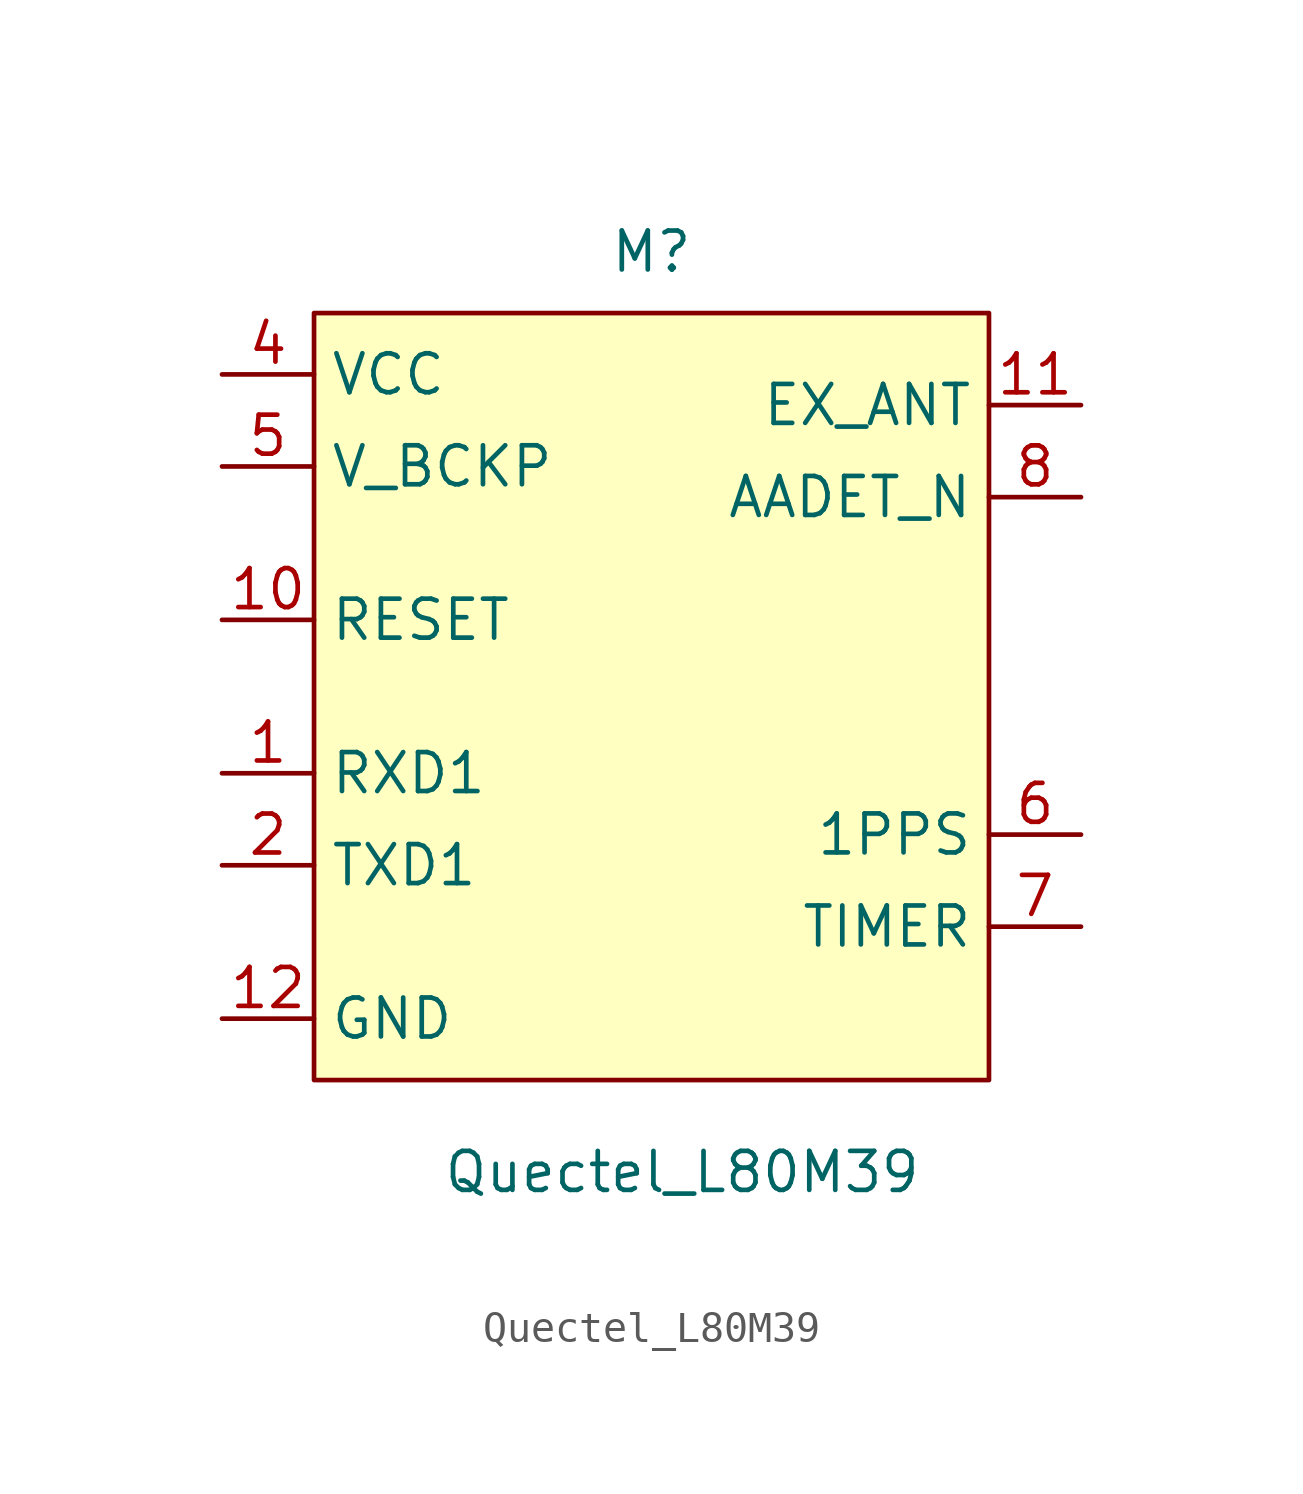
<source format=kicad_sym>
(kicad_symbol_lib
  (version 20211014)
  (generator kicad_symbol_editor)
  (symbol "Quectel_L80M39"
    (property "Reference" "M"
      (at 0 10 0)
      (effects (font (size 1.27 1.27))))
    (property "Value" "Quectel_L80M39"
      (at 1 -20 0)
      (effects (font (size 1.27 1.27))))
    (symbol "Quectel_L80M39_0_1"
      (rectangle (start -11 8) (end 11 -17) (stroke (width 0) (type default) (color 0 0 0 0)) (fill (type background))))
    (symbol "Quectel_L80M39_1_1"
      (pin passive line (at -14 -7 0) (length 3) (name "RXD1" (effects (font (size 1.27 1.27)))) (number "1" (effects (font (size 1.27 1.27)))))
      (pin passive line (at -14 -2 0) (length 3) (name "RESET" (effects (font (size 1.27 1.27)))) (number "10" (effects (font (size 1.27 1.27)))))
      (pin passive line (at 14 5 180) (length 3) (name "EX_ANT" (effects (font (size 1.27 1.27)))) (number "11" (effects (font (size 1.27 1.27)))))
      (pin passive line (at -14 -15 0) (length 3) (name "GND" (effects (font (size 1.27 1.27)))) (number "12" (effects (font (size 1.27 1.27)))))
      (pin passive line (at -14 -10 0) (length 3) (name "TXD1" (effects (font (size 1.27 1.27)))) (number "2" (effects (font (size 1.27 1.27)))))
      (pin passive line (at -14 6 0) (length 3) (name "VCC" (effects (font (size 1.27 1.27)))) (number "4" (effects (font (size 1.27 1.27)))))
      (pin passive line (at -14 3 0) (length 3) (name "V_BCKP" (effects (font (size 1.27 1.27)))) (number "5" (effects (font (size 1.27 1.27)))))
      (pin passive line (at 14 -9 180) (length 3) (name "1PPS" (effects (font (size 1.27 1.27)))) (number "6" (effects (font (size 1.27 1.27)))))
      (pin passive line (at 14 -12 180) (length 3) (name "TIMER" (effects (font (size 1.27 1.27)))) (number "7" (effects (font (size 1.27 1.27)))))
      (pin passive line (at 14 2 180) (length 3) (name "AADET_N" (effects (font (size 1.27 1.27)))) (number "8" (effects (font (size 1.27 1.27))))))))
</source>
